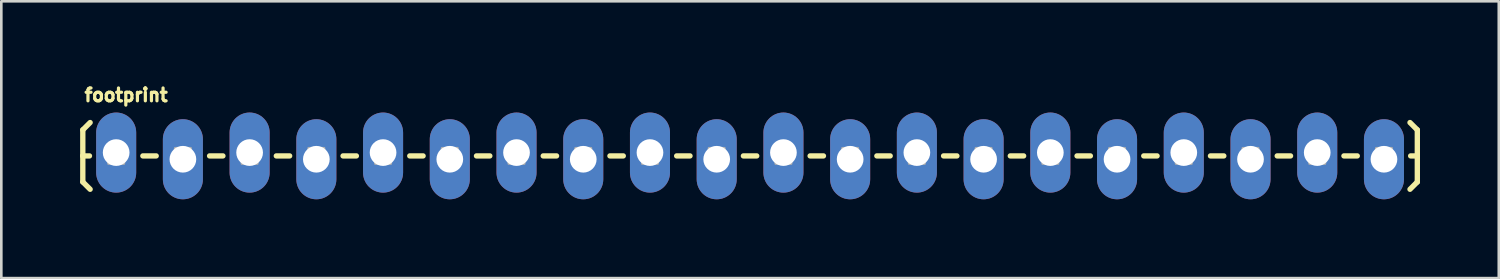
<source format=kicad_pcb>
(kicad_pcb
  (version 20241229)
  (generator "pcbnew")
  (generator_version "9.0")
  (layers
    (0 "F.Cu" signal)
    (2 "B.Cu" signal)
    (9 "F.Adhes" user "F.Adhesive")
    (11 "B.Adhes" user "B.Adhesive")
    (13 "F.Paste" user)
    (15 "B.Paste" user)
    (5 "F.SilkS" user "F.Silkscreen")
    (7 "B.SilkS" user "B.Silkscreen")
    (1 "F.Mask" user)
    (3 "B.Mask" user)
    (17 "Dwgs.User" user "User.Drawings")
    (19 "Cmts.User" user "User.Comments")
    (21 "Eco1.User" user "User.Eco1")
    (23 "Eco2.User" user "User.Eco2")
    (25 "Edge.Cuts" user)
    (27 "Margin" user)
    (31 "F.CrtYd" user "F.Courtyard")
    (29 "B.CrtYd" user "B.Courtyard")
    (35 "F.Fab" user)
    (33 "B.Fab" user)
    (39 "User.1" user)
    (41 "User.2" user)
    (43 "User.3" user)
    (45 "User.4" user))
  (footprint "footprint"
    (layer "F.Cu")
    (at 1.372 2.885)
    (property "Reference" "footprint" (at -1.27 -2.032 0) (layer "F.SilkS") (effects (font (size 0.488 0.488) (thickness 0.122)) (justify left bottom)))
    (fp_line (start -1.27 -0.991) (end -0.991 -1.27) (stroke (width 0.203) (type solid)) (layer "F.SilkS"))
    (fp_line (start -1.27 0) (end -1.27 -0.991) (stroke (width 0.203) (type solid)) (layer "F.SilkS"))
    (fp_line (start -1.27 0) (end -1.27 0.991) (stroke (width 0.203) (type solid)) (layer "F.SilkS"))
    (fp_line (start -1.27 0) (end -1.016 0) (stroke (width 0.203) (type solid)) (layer "F.SilkS"))
    (fp_line (start -1.27 0.991) (end -0.991 1.27) (stroke (width 0.203) (type solid)) (layer "F.SilkS"))
    (fp_line (start 1.524 0) (end 1.016 0) (stroke (width 0.203) (type solid)) (layer "F.SilkS"))
    (fp_line (start 4.064 0) (end 3.556 0) (stroke (width 0.203) (type solid)) (layer "F.SilkS"))
    (fp_line (start 6.604 0) (end 6.096 0) (stroke (width 0.203) (type solid)) (layer "F.SilkS"))
    (fp_line (start 9.144 0) (end 8.636 0) (stroke (width 0.203) (type solid)) (layer "F.SilkS"))
    (fp_line (start 11.684 0) (end 11.176 0) (stroke (width 0.203) (type solid)) (layer "F.SilkS"))
    (fp_line (start 14.224 0) (end 13.716 0) (stroke (width 0.203) (type solid)) (layer "F.SilkS"))
    (fp_line (start 16.764 0) (end 16.256 0) (stroke (width 0.203) (type solid)) (layer "F.SilkS"))
    (fp_line (start 19.304 0) (end 18.796 0) (stroke (width 0.203) (type solid)) (layer "F.SilkS"))
    (fp_line (start 21.844 0) (end 21.336 0) (stroke (width 0.203) (type solid)) (layer "F.SilkS"))
    (fp_line (start 24.384 0) (end 23.876 0) (stroke (width 0.203) (type solid)) (layer "F.SilkS"))
    (fp_line (start 26.924 0) (end 26.416 0) (stroke (width 0.203) (type solid)) (layer "F.SilkS"))
    (fp_line (start 29.464 0) (end 28.956 0) (stroke (width 0.203) (type solid)) (layer "F.SilkS"))
    (fp_line (start 32.004 0) (end 31.496 0) (stroke (width 0.203) (type solid)) (layer "F.SilkS"))
    (fp_line (start 34.544 0) (end 34.036 0) (stroke (width 0.203) (type solid)) (layer "F.SilkS"))
    (fp_line (start 37.084 0) (end 36.576 0) (stroke (width 0.203) (type solid)) (layer "F.SilkS"))
    (fp_line (start 39.624 0) (end 39.116 0) (stroke (width 0.203) (type solid)) (layer "F.SilkS"))
    (fp_line (start 42.164 0) (end 41.656 0) (stroke (width 0.203) (type solid)) (layer "F.SilkS"))
    (fp_line (start 44.704 0) (end 44.196 0) (stroke (width 0.203) (type solid)) (layer "F.SilkS"))
    (fp_line (start 47.244 0) (end 46.736 0) (stroke (width 0.203) (type solid)) (layer "F.SilkS"))
    (fp_line (start 49.53 -0.991) (end 49.251 -1.27) (stroke (width 0.203) (type solid)) (layer "F.SilkS"))
    (fp_line (start 49.53 0) (end 49.276 0) (stroke (width 0.203) (type solid)) (layer "F.SilkS"))
    (fp_line (start 49.53 0) (end 49.53 -0.991) (stroke (width 0.203) (type solid)) (layer "F.SilkS"))
    (fp_line (start 49.53 0) (end 49.53 0.991) (stroke (width 0.203) (type solid)) (layer "F.SilkS"))
    (fp_line (start 49.53 0.991) (end 49.251 1.27) (stroke (width 0.203) (type solid)) (layer "F.SilkS"))
    (fp_poly (pts (xy -0.292 0.292) (xy 0.292 0.292) (xy 0.292 -0.292) (xy -0.292 -0.292)) (stroke (width 0.1) (type solid)) (fill no) (layer "F.Fab"))
    (fp_poly (pts (xy 2.248 0.292) (xy 2.832 0.292) (xy 2.832 -0.292) (xy 2.248 -0.292)) (stroke (width 0.1) (type solid)) (fill no) (layer "F.Fab"))
    (fp_poly (pts (xy 4.788 0.292) (xy 5.372 0.292) (xy 5.372 -0.292) (xy 4.788 -0.292)) (stroke (width 0.1) (type solid)) (fill no) (layer "F.Fab"))
    (fp_poly (pts (xy 7.912 0.292) (xy 7.912 -0.292) (xy 7.328 -0.292) (xy 7.328 0.292)) (stroke (width 0.1) (type solid)) (fill no) (layer "F.Fab"))
    (fp_poly (pts (xy 9.868 0.292) (xy 10.452 0.292) (xy 10.452 -0.292) (xy 9.868 -0.292)) (stroke (width 0.1) (type solid)) (fill no) (layer "F.Fab"))
    (fp_poly (pts (xy 12.408 0.292) (xy 12.992 0.292) (xy 12.992 -0.292) (xy 12.408 -0.292)) (stroke (width 0.1) (type solid)) (fill no) (layer "F.Fab"))
    (fp_poly (pts (xy 14.948 0.292) (xy 15.532 0.292) (xy 15.532 -0.292) (xy 14.948 -0.292)) (stroke (width 0.1) (type solid)) (fill no) (layer "F.Fab"))
    (fp_poly (pts (xy 17.488 0.292) (xy 18.072 0.292) (xy 18.072 -0.292) (xy 17.488 -0.292)) (stroke (width 0.1) (type solid)) (fill no) (layer "F.Fab"))
    (fp_poly (pts (xy 20.028 0.292) (xy 20.612 0.292) (xy 20.612 -0.292) (xy 20.028 -0.292)) (stroke (width 0.1) (type solid)) (fill no) (layer "F.Fab"))
    (fp_poly (pts (xy 23.152 0.292) (xy 23.152 -0.292) (xy 22.568 -0.292) (xy 22.568 0.292)) (stroke (width 0.1) (type solid)) (fill no) (layer "F.Fab"))
    (fp_poly (pts (xy 25.108 0.292) (xy 25.692 0.292) (xy 25.692 -0.292) (xy 25.108 -0.292)) (stroke (width 0.1) (type solid)) (fill no) (layer "F.Fab"))
    (fp_poly (pts (xy 27.648 0.292) (xy 28.232 0.292) (xy 28.232 -0.292) (xy 27.648 -0.292)) (stroke (width 0.1) (type solid)) (fill no) (layer "F.Fab"))
    (fp_poly (pts (xy 30.188 0.292) (xy 30.772 0.292) (xy 30.772 -0.292) (xy 30.188 -0.292)) (stroke (width 0.1) (type solid)) (fill no) (layer "F.Fab"))
    (fp_poly (pts (xy 32.728 0.292) (xy 33.312 0.292) (xy 33.312 -0.292) (xy 32.728 -0.292)) (stroke (width 0.1) (type solid)) (fill no) (layer "F.Fab"))
    (fp_poly (pts (xy 35.268 0.292) (xy 35.852 0.292) (xy 35.852 -0.292) (xy 35.268 -0.292)) (stroke (width 0.1) (type solid)) (fill no) (layer "F.Fab"))
    (fp_poly (pts (xy 38.392 0.292) (xy 38.392 -0.292) (xy 37.808 -0.292) (xy 37.808 0.292)) (stroke (width 0.1) (type solid)) (fill no) (layer "F.Fab"))
    (fp_poly (pts (xy 40.348 0.292) (xy 40.932 0.292) (xy 40.932 -0.292) (xy 40.348 -0.292)) (stroke (width 0.1) (type solid)) (fill no) (layer "F.Fab"))
    (fp_poly (pts (xy 42.888 0.292) (xy 43.472 0.292) (xy 43.472 -0.292) (xy 42.888 -0.292)) (stroke (width 0.1) (type solid)) (fill no) (layer "F.Fab"))
    (fp_poly (pts (xy 45.428 0.292) (xy 46.012 0.292) (xy 46.012 -0.292) (xy 45.428 -0.292)) (stroke (width 0.1) (type solid)) (fill no) (layer "F.Fab"))
    (fp_poly (pts (xy 47.968 0.292) (xy 48.552 0.292) (xy 48.552 -0.292) (xy 47.968 -0.292)) (stroke (width 0.1) (type solid)) (fill no) (layer "F.Fab"))
    (pad "1" thru_hole oval (at 0 -0.127 90) (size 3.048 1.524) (drill 1.016) (layers "*.Cu" "*.Mask"))
    (pad "2" thru_hole oval (at 2.54 0.127 90) (size 3.048 1.524) (drill 1.016) (layers "*.Cu" "*.Mask"))
    (pad "3" thru_hole oval (at 5.08 -0.127 90) (size 3.048 1.524) (drill 1.016) (layers "*.Cu" "*.Mask"))
    (pad "4" thru_hole oval (at 7.62 0.127 90) (size 3.048 1.524) (drill 1.016) (layers "*.Cu" "*.Mask"))
    (pad "5" thru_hole oval (at 10.16 -0.127 90) (size 3.048 1.524) (drill 1.016) (layers "*.Cu" "*.Mask"))
    (pad "6" thru_hole oval (at 12.7 0.127 90) (size 3.048 1.524) (drill 1.016) (layers "*.Cu" "*.Mask"))
    (pad "7" thru_hole oval (at 15.24 -0.127 90) (size 3.048 1.524) (drill 1.016) (layers "*.Cu" "*.Mask"))
    (pad "8" thru_hole oval (at 17.78 0.127 90) (size 3.048 1.524) (drill 1.016) (layers "*.Cu" "*.Mask"))
    (pad "9" thru_hole oval (at 20.32 -0.127 90) (size 3.048 1.524) (drill 1.016) (layers "*.Cu" "*.Mask"))
    (pad "10" thru_hole oval (at 22.86 0.127 90) (size 3.048 1.524) (drill 1.016) (layers "*.Cu" "*.Mask"))
    (pad "11" thru_hole oval (at 25.4 -0.127 90) (size 3.048 1.524) (drill 1.016) (layers "*.Cu" "*.Mask"))
    (pad "12" thru_hole oval (at 27.94 0.127 90) (size 3.048 1.524) (drill 1.016) (layers "*.Cu" "*.Mask"))
    (pad "13" thru_hole oval (at 30.48 -0.127 90) (size 3.048 1.524) (drill 1.016) (layers "*.Cu" "*.Mask"))
    (pad "14" thru_hole oval (at 33.02 0.127 90) (size 3.048 1.524) (drill 1.016) (layers "*.Cu" "*.Mask"))
    (pad "15" thru_hole oval (at 35.56 -0.127 90) (size 3.048 1.524) (drill 1.016) (layers "*.Cu" "*.Mask"))
    (pad "16" thru_hole oval (at 38.1 0.127 90) (size 3.048 1.524) (drill 1.016) (layers "*.Cu" "*.Mask"))
    (pad "17" thru_hole oval (at 40.64 -0.127 90) (size 3.048 1.524) (drill 1.016) (layers "*.Cu" "*.Mask"))
    (pad "18" thru_hole oval (at 43.18 0.127 90) (size 3.048 1.524) (drill 1.016) (layers "*.Cu" "*.Mask"))
    (pad "19" thru_hole oval (at 45.72 -0.127 90) (size 3.048 1.524) (drill 1.016) (layers "*.Cu" "*.Mask"))
    (pad "20" thru_hole oval (at 48.26 0.127 90) (size 3.048 1.524) (drill 1.016) (layers "*.Cu" "*.Mask")))
  (gr_rect
    (start -3 -3)
    (end 54.003 7.536)
    (stroke (width 0.1) (type default))
    (fill no)
    (layer "Edge.Cuts")))
</source>
